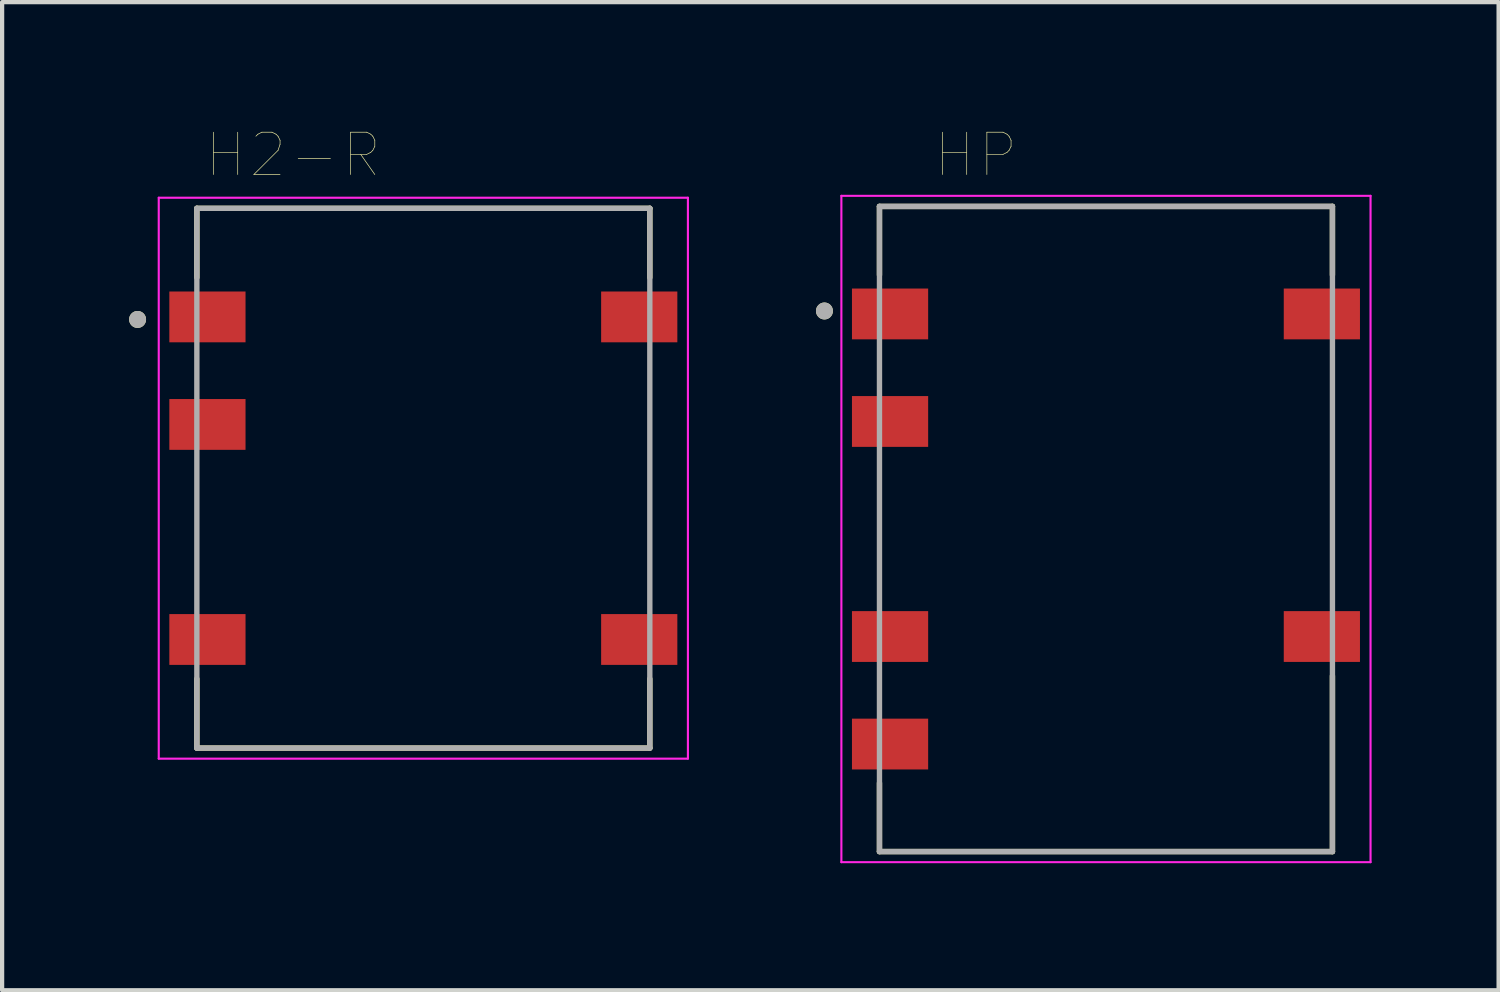
<source format=kicad_pcb>
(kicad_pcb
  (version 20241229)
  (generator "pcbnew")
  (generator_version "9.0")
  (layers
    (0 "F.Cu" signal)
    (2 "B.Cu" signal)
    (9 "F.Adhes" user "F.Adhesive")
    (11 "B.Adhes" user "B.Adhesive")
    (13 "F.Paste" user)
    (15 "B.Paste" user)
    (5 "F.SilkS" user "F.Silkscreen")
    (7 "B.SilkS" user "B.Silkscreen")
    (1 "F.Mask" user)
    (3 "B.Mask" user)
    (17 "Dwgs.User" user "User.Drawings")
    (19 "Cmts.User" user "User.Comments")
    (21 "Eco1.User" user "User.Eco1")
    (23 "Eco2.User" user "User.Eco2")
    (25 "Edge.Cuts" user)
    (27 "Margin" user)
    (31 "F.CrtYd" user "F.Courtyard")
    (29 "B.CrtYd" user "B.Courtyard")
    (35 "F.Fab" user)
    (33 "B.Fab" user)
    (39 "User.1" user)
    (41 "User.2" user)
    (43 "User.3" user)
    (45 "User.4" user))
  (footprint "H2-R"
    (layer "F.Cu")
    (at 6.95 8.246)
    (property "Reference" "H2-R" (at -3.075 -7.635 0) (layer "F.SilkS") (effects (font (size 1 1) (thickness 0.015))))
    (attr through_hole)
    (fp_line (start -5.35 -6.375) (end 5.35 -6.375) (stroke (width 0.127) (type solid)) (layer "F.SilkS"))
    (fp_line (start -5.35 -4.74) (end -5.35 -6.375) (stroke (width 0.127) (type solid)) (layer "F.SilkS"))
    (fp_line (start -5.35 4.74) (end -5.35 6.375) (stroke (width 0.127) (type solid)) (layer "F.SilkS"))
    (fp_line (start -5.35 6.375) (end 5.35 6.375) (stroke (width 0.127) (type solid)) (layer "F.SilkS"))
    (fp_line (start 5.35 -6.375) (end 5.35 -4.74) (stroke (width 0.127) (type solid)) (layer "F.SilkS"))
    (fp_line (start 5.35 6.375) (end 5.35 4.74) (stroke (width 0.127) (type solid)) (layer "F.SilkS"))
    (fp_circle (center -6.75 -3.75) (end -6.65 -3.75) (stroke (width 0.2) (type solid)) (fill no) (layer "F.SilkS"))
    (fp_line (start -6.25 -6.625) (end 6.25 -6.625) (stroke (width 0.05) (type solid)) (layer "F.CrtYd"))
    (fp_line (start -6.25 6.625) (end -6.25 -6.625) (stroke (width 0.05) (type solid)) (layer "F.CrtYd"))
    (fp_line (start 6.25 -6.625) (end 6.25 6.625) (stroke (width 0.05) (type solid)) (layer "F.CrtYd"))
    (fp_line (start 6.25 6.625) (end -6.25 6.625) (stroke (width 0.05) (type solid)) (layer "F.CrtYd"))
    (fp_line (start -5.35 -6.375) (end 5.35 -6.375) (stroke (width 0.127) (type solid)) (layer "F.Fab"))
    (fp_line (start -5.35 6.375) (end -5.35 -6.375) (stroke (width 0.127) (type solid)) (layer "F.Fab"))
    (fp_line (start 5.35 -6.375) (end 5.35 6.375) (stroke (width 0.127) (type solid)) (layer "F.Fab"))
    (fp_line (start 5.35 6.375) (end -5.35 6.375) (stroke (width 0.127) (type solid)) (layer "F.Fab"))
    (fp_circle (center -6.75 -3.75) (end -6.65 -3.75) (stroke (width 0.2) (type solid)) (fill no) (layer "F.Fab"))
    (pad "1" smd rect (at -5.1 -3.81) (size 1.8 1.2) (layers "F.Cu" "F.Mask" "F.Paste"))
    (pad "2" smd rect (at -5.1 -1.27) (size 1.8 1.2) (layers "F.Cu" "F.Mask" "F.Paste"))
    (pad "4" smd rect (at -5.1 3.81) (size 1.8 1.2) (layers "F.Cu" "F.Mask" "F.Paste"))
    (pad "5" smd rect (at 5.1 3.81) (size 1.8 1.2) (layers "F.Cu" "F.Mask" "F.Paste"))
    (pad "8" smd rect (at 5.1 -3.81) (size 1.8 1.2) (layers "F.Cu" "F.Mask" "F.Paste")))
  (footprint "HP"
    (layer "F.Cu")
    (at 23.075 9.446)
    (property "Reference" "HP" (at -3.075 -8.835 0) (layer "F.SilkS") (effects (font (size 1 1) (thickness 0.015))))
    (attr through_hole)
    (fp_line (start -5.35 -7.62) (end 5.35 -7.62) (stroke (width 0.127) (type solid)) (layer "F.SilkS"))
    (fp_line (start -5.35 -6) (end -5.35 -7.62) (stroke (width 0.127) (type solid)) (layer "F.SilkS"))
    (fp_line (start -5.35 6) (end -5.35 7.62) (stroke (width 0.127) (type solid)) (layer "F.SilkS"))
    (fp_line (start -5.35 7.62) (end 5.35 7.62) (stroke (width 0.127) (type solid)) (layer "F.SilkS"))
    (fp_line (start 5.35 -7.62) (end 5.35 -6) (stroke (width 0.127) (type solid)) (layer "F.SilkS"))
    (fp_line (start 5.35 7.62) (end 5.35 3.47) (stroke (width 0.127) (type solid)) (layer "F.SilkS"))
    (fp_circle (center -6.65 -5.15) (end -6.55 -5.15) (stroke (width 0.2) (type solid)) (fill no) (layer "F.SilkS"))
    (fp_line (start -6.25 -7.87) (end 6.25 -7.87) (stroke (width 0.05) (type solid)) (layer "F.CrtYd"))
    (fp_line (start -6.25 7.87) (end -6.25 -7.87) (stroke (width 0.05) (type solid)) (layer "F.CrtYd"))
    (fp_line (start 6.25 -7.87) (end 6.25 7.87) (stroke (width 0.05) (type solid)) (layer "F.CrtYd"))
    (fp_line (start 6.25 7.87) (end -6.25 7.87) (stroke (width 0.05) (type solid)) (layer "F.CrtYd"))
    (fp_line (start -5.35 -7.62) (end 5.35 -7.62) (stroke (width 0.127) (type solid)) (layer "F.Fab"))
    (fp_line (start -5.35 7.62) (end -5.35 -7.62) (stroke (width 0.127) (type solid)) (layer "F.Fab"))
    (fp_line (start 5.35 -7.62) (end 5.35 7.62) (stroke (width 0.127) (type solid)) (layer "F.Fab"))
    (fp_line (start 5.35 7.62) (end -5.35 7.62) (stroke (width 0.127) (type solid)) (layer "F.Fab"))
    (fp_circle (center -6.65 -5.15) (end -6.55 -5.15) (stroke (width 0.2) (type solid)) (fill no) (layer "F.Fab"))
    (pad "1" smd rect (at -5.1 -5.08) (size 1.8 1.2) (layers "F.Cu" "F.Mask" "F.Paste"))
    (pad "2" smd rect (at -5.1 -2.54) (size 1.8 1.2) (layers "F.Cu" "F.Mask" "F.Paste"))
    (pad "4" smd rect (at -5.1 2.54) (size 1.8 1.2) (layers "F.Cu" "F.Mask" "F.Paste"))
    (pad "5" smd rect (at -5.1 5.08) (size 1.8 1.2) (layers "F.Cu" "F.Mask" "F.Paste"))
    (pad "7" smd rect (at 5.1 2.54) (size 1.8 1.2) (layers "F.Cu" "F.Mask" "F.Paste"))
    (pad "10" smd rect (at 5.1 -5.08) (size 1.8 1.2) (layers "F.Cu" "F.Mask" "F.Paste")))
  (gr_rect
    (start -3 -3)
    (end 32.35 20.341)
    (stroke (width 0.1) (type default))
    (fill no)
    (layer "Edge.Cuts")))
</source>
